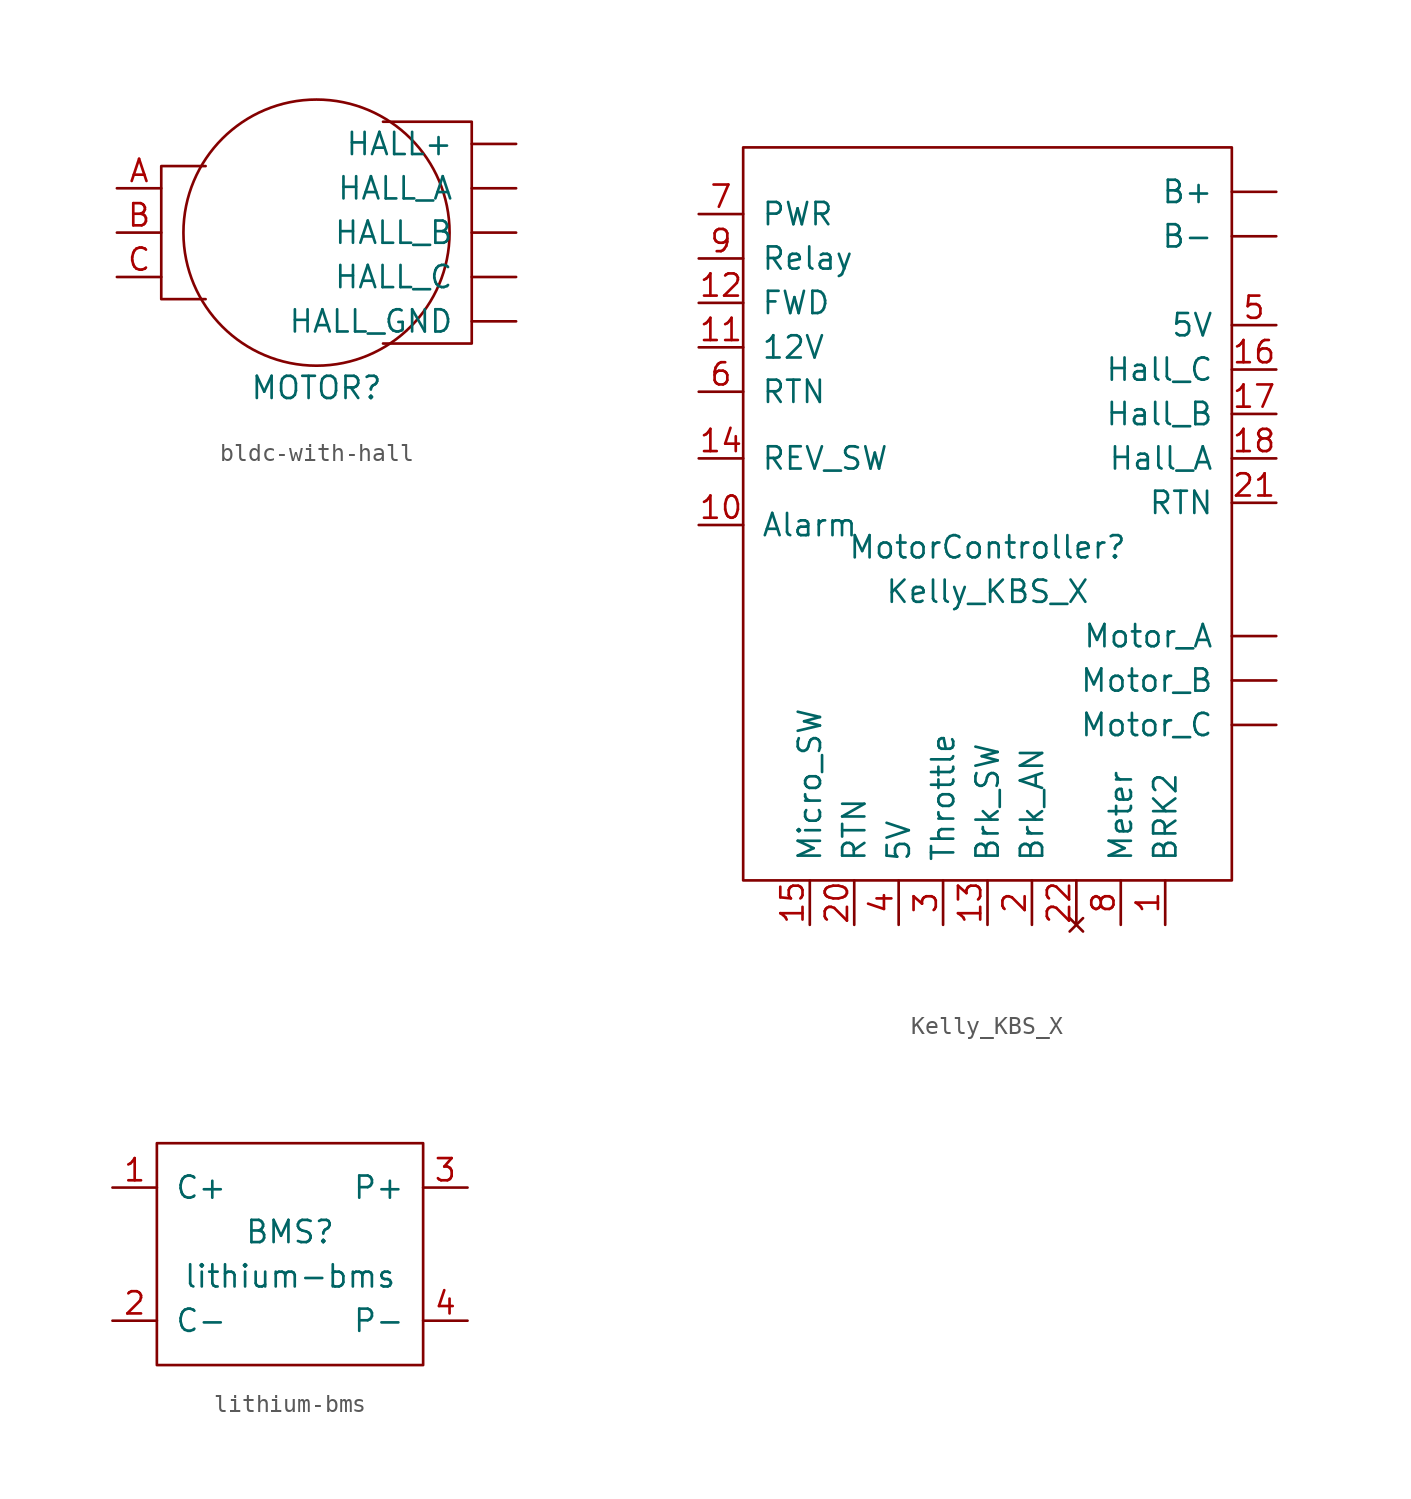
<source format=kicad_sym>
(kicad_symbol_lib
  (version 20220914)
  (generator kicad_symbol_editor)
  (symbol "bldc-with-hall"
    (pin_names
      (offset 1.016))
    (property "Reference" "MOTOR"
      (at 0 -8.89 0)
      (effects (font (size 1.27 1.27))))
    (symbol "bldc-with-hall_0_1"
      (polyline (pts (xy -6.35 3.81) (xy -8.89 3.81) (xy -8.89 -3.81) (xy -6.35 -3.81)) (stroke (width 0) (type solid)) (fill (type none)))
      (polyline (pts (xy 3.81 6.35) (xy 8.89 6.35) (xy 8.89 -6.35) (xy 3.81 -6.35)) (stroke (width 0) (type solid)) (fill (type none)))
      (circle (center 0 0) (radius 7.62) (stroke (width 0) (type solid)) (fill (type none))))
    (symbol "bldc-with-hall_1_1"
      (pin input line (at -11.43 2.54 0) (length 2.54) (name "~" (effects (font (size 1.27 1.27)))) (number "A" (effects (font (size 1.27 1.27)))))
      (pin input line (at -11.43 0 0) (length 2.54) (name "~" (effects (font (size 1.27 1.27)))) (number "B" (effects (font (size 1.27 1.27)))))
      (pin input line (at -11.43 -2.54 0) (length 2.54) (name "~" (effects (font (size 1.27 1.27)))) (number "C" (effects (font (size 1.27 1.27)))))
      (pin passive line (at 11.43 5.08 180) (length 2.54) (name "HALL+" (effects (font (size 1.27 1.27)))) (number "~" (effects (font (size 1.27 1.27)))))
      (pin output line (at 11.43 2.54 180) (length 2.54) (name "HALL_A" (effects (font (size 1.27 1.27)))) (number "~" (effects (font (size 1.27 1.27)))))
      (pin output line (at 11.43 0 180) (length 2.54) (name "HALL_B" (effects (font (size 1.27 1.27)))) (number "~" (effects (font (size 1.27 1.27)))))
      (pin output line (at 11.43 -2.54 180) (length 2.54) (name "HALL_C" (effects (font (size 1.27 1.27)))) (number "~" (effects (font (size 1.27 1.27)))))
      (pin passive line (at 11.43 -5.08 180) (length 2.54) (name "HALL_GND" (effects (font (size 1.27 1.27)))) (number "~" (effects (font (size 1.27 1.27)))))))
  (symbol "Kelly_KBS_X"
    (pin_names
      (offset 1.016))
    (property "Reference" "MotorController"
      (at 0 -2.54 0)
      (effects (font (size 1.27 1.27))))
    (property "Value" "Kelly_KBS_X"
      (at 0 -5.08 0)
      (effects (font (size 1.27 1.27))))
    (symbol "Kelly_KBS_X_0_0"
      (pin unspecified line (at 10.16 -24.13 90) (length 2.54) (name "BRK2" (effects (font (size 1.27 1.27)))) (number "1" (effects (font (size 1.27 1.27)))))
      (pin output line (at -16.51 -1.27 0) (length 2.54) (name "Alarm" (effects (font (size 1.27 1.27)))) (number "10" (effects (font (size 1.27 1.27)))))
      (pin output line (at -16.51 8.89 0) (length 2.54) (name "12V" (effects (font (size 1.27 1.27)))) (number "11" (effects (font (size 1.27 1.27)))))
      (pin unspecified line (at -16.51 11.43 0) (length 2.54) (name "FWD" (effects (font (size 1.27 1.27)))) (number "12" (effects (font (size 1.27 1.27)))))
      (pin input line (at 0 -24.13 90) (length 2.54) (name "Brk_SW" (effects (font (size 1.27 1.27)))) (number "13" (effects (font (size 1.27 1.27)))))
      (pin input line (at -16.51 2.54 0) (length 2.54) (name "REV_SW" (effects (font (size 1.27 1.27)))) (number "14" (effects (font (size 1.27 1.27)))))
      (pin input line (at -10.16 -24.13 90) (length 2.54) (name "Micro_SW" (effects (font (size 1.27 1.27)))) (number "15" (effects (font (size 1.27 1.27)))))
      (pin input line (at 16.51 7.62 180) (length 2.54) (name "Hall_C" (effects (font (size 1.27 1.27)))) (number "16" (effects (font (size 1.27 1.27)))))
      (pin input line (at 16.51 5.08 180) (length 2.54) (name "Hall_B" (effects (font (size 1.27 1.27)))) (number "17" (effects (font (size 1.27 1.27)))))
      (pin input line (at 16.51 2.54 180) (length 2.54) (name "Hall_A" (effects (font (size 1.27 1.27)))) (number "18" (effects (font (size 1.27 1.27)))))
      (pin input line (at 2.54 -24.13 90) (length 2.54) (name "Brk_AN" (effects (font (size 1.27 1.27)))) (number "2" (effects (font (size 1.27 1.27)))))
      (pin passive line (at -7.62 -24.13 90) (length 2.54) (name "RTN" (effects (font (size 1.27 1.27)))) (number "20" (effects (font (size 1.27 1.27)))))
      (pin passive line (at 16.51 0 180) (length 2.54) (name "RTN" (effects (font (size 1.27 1.27)))) (number "21" (effects (font (size 1.27 1.27)))))
      (pin no_connect line (at 5.08 -24.13 90) (length 2.54) (name "~" (effects (font (size 1.27 1.27)))) (number "22" (effects (font (size 1.27 1.27)))))
      (pin input line (at -2.54 -24.13 90) (length 2.54) (name "Throttle" (effects (font (size 1.27 1.27)))) (number "3" (effects (font (size 1.27 1.27)))))
      (pin output line (at -5.08 -24.13 90) (length 2.54) (name "5V" (effects (font (size 1.27 1.27)))) (number "4" (effects (font (size 1.27 1.27)))))
      (pin output line (at 16.51 10.16 180) (length 2.54) (name "5V" (effects (font (size 1.27 1.27)))) (number "5" (effects (font (size 1.27 1.27)))))
      (pin passive line (at -16.51 6.35 0) (length 2.54) (name "RTN" (effects (font (size 1.27 1.27)))) (number "6" (effects (font (size 1.27 1.27)))))
      (pin passive line (at -16.51 16.51 0) (length 2.54) (name "PWR" (effects (font (size 1.27 1.27)))) (number "7" (effects (font (size 1.27 1.27)))))
      (pin unspecified line (at 7.62 -24.13 90) (length 2.54) (name "Meter" (effects (font (size 1.27 1.27)))) (number "8" (effects (font (size 1.27 1.27)))))
      (pin unspecified line (at -16.51 13.97 0) (length 2.54) (name "Relay" (effects (font (size 1.27 1.27)))) (number "9" (effects (font (size 1.27 1.27)))))
      (pin passive line (at 16.51 17.78 180) (length 2.54) (name "B+" (effects (font (size 1.27 1.27)))) (number "~" (effects (font (size 1.27 1.27)))))
      (pin passive line (at 16.51 15.24 180) (length 2.54) (name "B-" (effects (font (size 1.27 1.27)))) (number "~" (effects (font (size 1.27 1.27)))))
      (pin output line (at 16.51 -7.62 180) (length 2.54) (name "Motor_A" (effects (font (size 1.27 1.27)))) (number "~" (effects (font (size 1.27 1.27)))))
      (pin output line (at 16.51 -10.16 180) (length 2.54) (name "Motor_B" (effects (font (size 1.27 1.27)))) (number "~" (effects (font (size 1.27 1.27)))))
      (pin output line (at 16.51 -12.7 180) (length 2.54) (name "Motor_C" (effects (font (size 1.27 1.27)))) (number "~" (effects (font (size 1.27 1.27))))))
    (symbol "Kelly_KBS_X_0_1"
      (rectangle (start -13.97 20.32) (end 13.97 -21.59) (stroke (width 0) (type solid)) (fill (type none)))))
  (symbol "lithium-bms"
    (pin_names
      (offset 1.016))
    (property "Reference" "BMS"
      (at 0 1.27 0)
      (effects (font (size 1.27 1.27))))
    (property "Value" "lithium-bms"
      (at 0 -1.27 0)
      (effects (font (size 1.27 1.27))))
    (symbol "lithium-bms_0_0"
      (pin input line (at -10.16 3.81 0) (length 2.54) (name "C+" (effects (font (size 1.27 1.27)))) (number "1" (effects (font (size 1.27 1.27)))))
      (pin input line (at -10.16 -3.81 0) (length 2.54) (name "C-" (effects (font (size 1.27 1.27)))) (number "2" (effects (font (size 1.27 1.27)))))
      (pin output line (at 10.16 3.81 180) (length 2.54) (name "P+" (effects (font (size 1.27 1.27)))) (number "3" (effects (font (size 1.27 1.27)))))
      (pin output line (at 10.16 -3.81 180) (length 2.54) (name "P-" (effects (font (size 1.27 1.27)))) (number "4" (effects (font (size 1.27 1.27))))))
    (symbol "lithium-bms_0_1"
      (rectangle (start -7.62 6.35) (end 7.62 -6.35) (stroke (width 0) (type solid)) (fill (type none))))))
</source>
